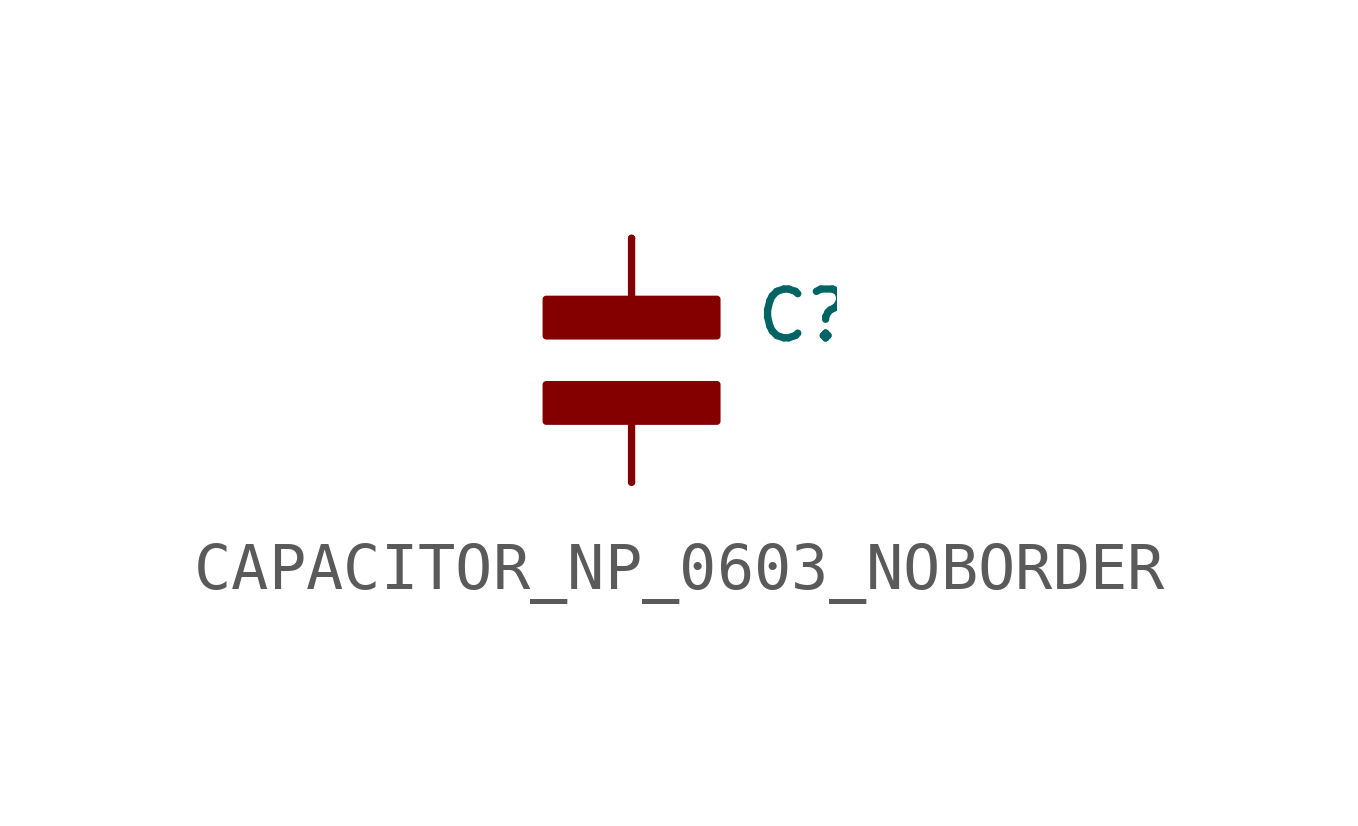
<source format=kicad_sym>
(kicad_symbol_lib
  (version 20220914)
  (generator kicad_symbol_editor)
  (symbol "CAPACITOR_NP_0603_NOBORDER"
    (property "Reference" "C"
      (at 2.54 1.524 0)
      (effects (font (size 1.016 1.016)) (justify left top)))
    (property "Value" ""
      (at 2.54 -1.524 0)
      (effects (font (size 1.016 1.016)) (justify left bottom)))
    (property "ki_locked" ""
      (at 0 0 0)
      (effects (font (size 1.27 1.27))))
    (symbol "CAPACITOR_NP_0603_NOBORDER_1_0"
      (rectangle (start -1.778 -1.27) (end 1.778 -0.508) (stroke (width 0) (type default)) (fill (type outline)))
      (rectangle (start -1.778 0.508) (end 1.778 1.27) (stroke (width 0) (type default)) (fill (type outline)))
      (polyline (pts (xy 0 -2.54) (xy 0 -1.016)) (stroke (width 0.152) (type solid)) (fill (type none)))
      (polyline (pts (xy 0 2.54) (xy 0 1.016)) (stroke (width 0.152) (type solid)) (fill (type none)))
      (pin passive line (at 0 2.54 270) (length 0) (name "P$1" (effects (font (size 0 0)))) (number "P$1" (effects (font (size 0 0)))))
      (pin passive line (at 0 -2.54 90) (length 0) (name "P$2" (effects (font (size 0 0)))) (number "P$2" (effects (font (size 0 0))))))))
</source>
